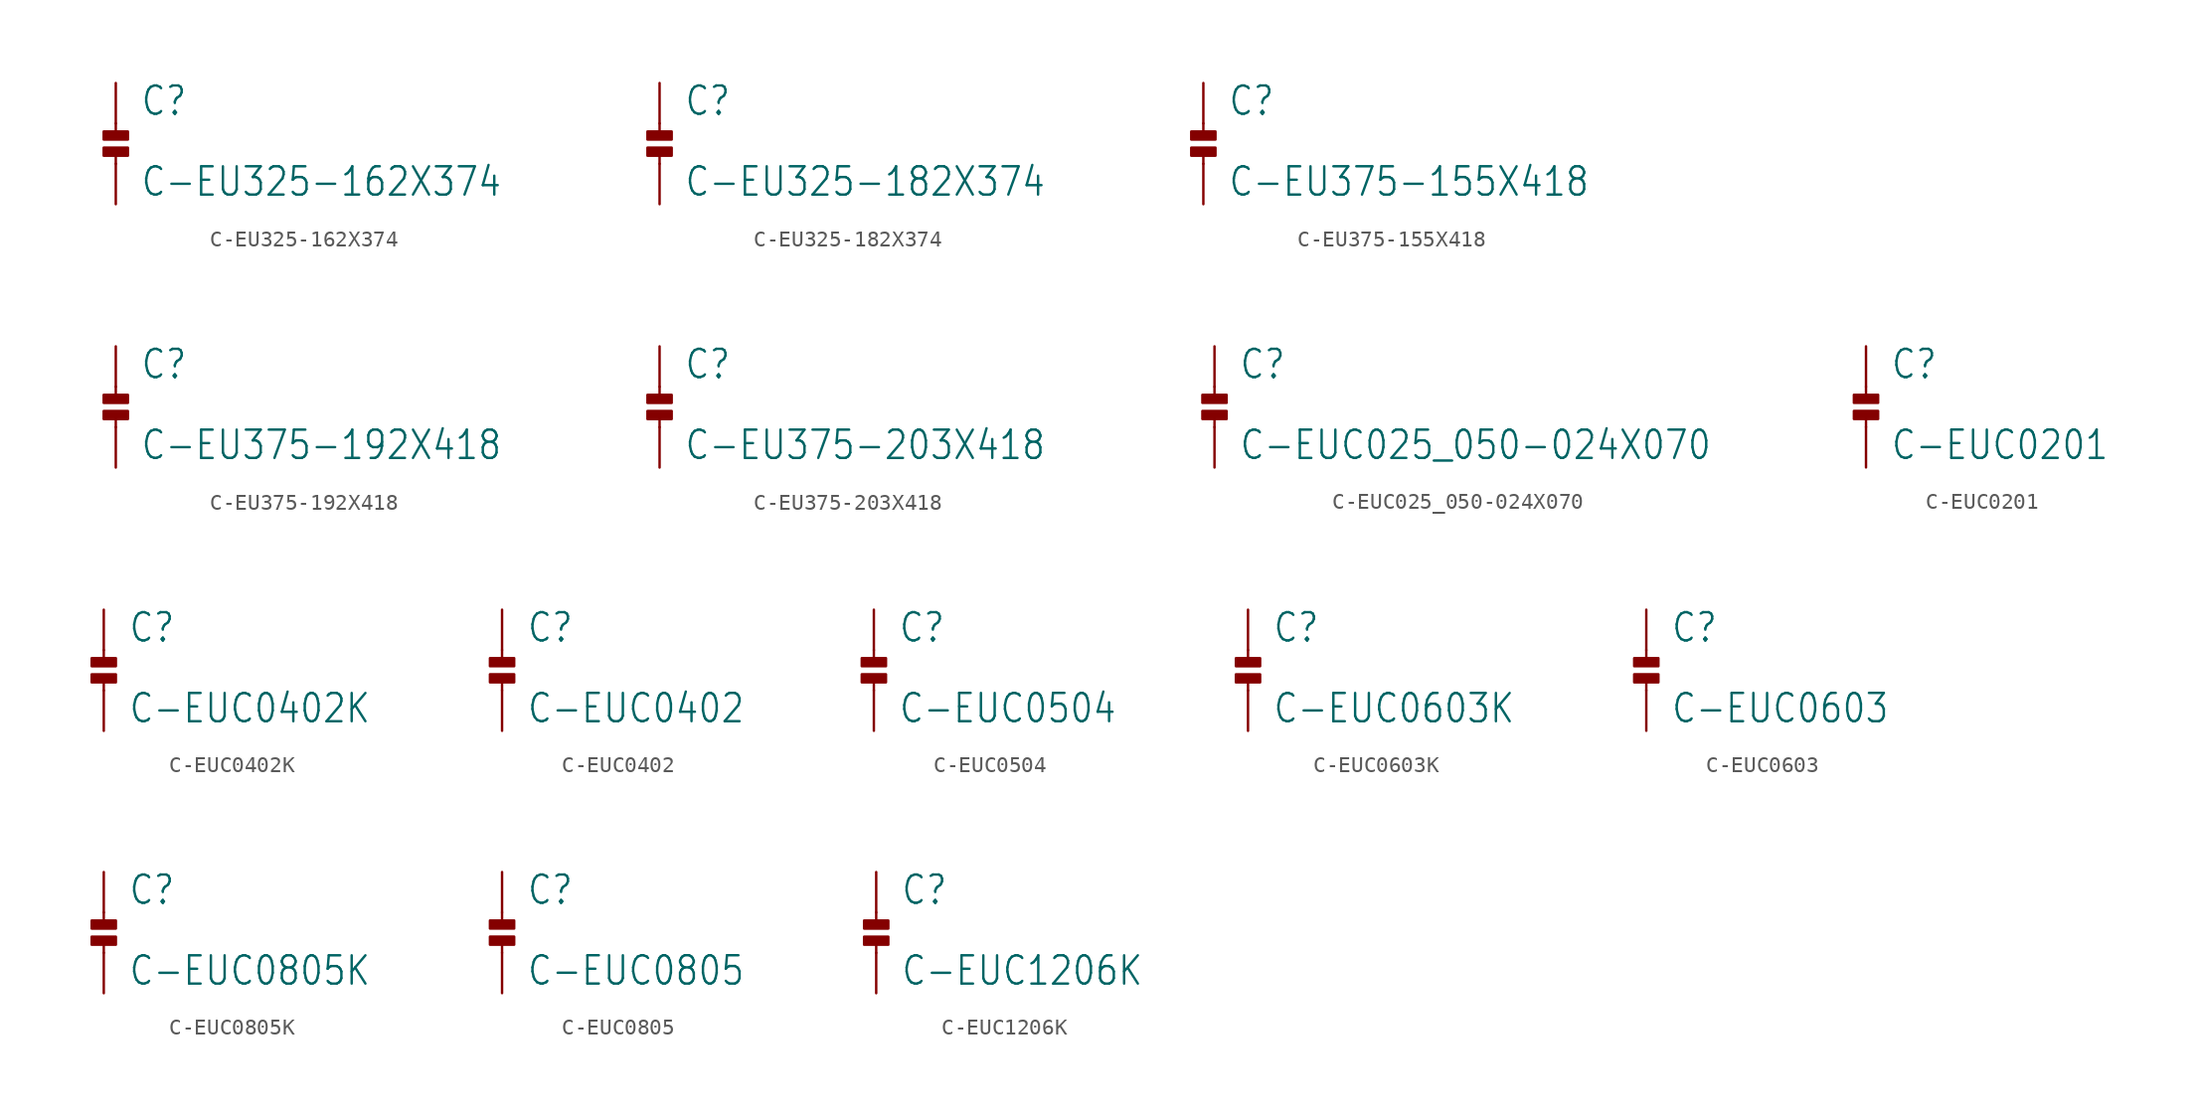
<source format=kicad_sym>
(kicad_symbol_lib
  (version 20211014)
  (generator kicad_symbol_editor)
  (symbol "C-EU325-162X374"
    (property "Reference" "C"
      (at 1.524 0.381 0)
      (effects (font (size 1.778 1.511)) (justify left bottom)))
    (property "Value" "C-EU325-162X374"
      (at 1.524 -4.699 0)
      (effects (font (size 1.778 1.511)) (justify left bottom)))
    (property "ki_locked" ""
      (at 0 0 0)
      (effects (font (size 1.27 1.27))))
    (symbol "C-EU325-162X374_1_0"
      (rectangle (start -0.762 -2.032) (end 0.762 -1.524) (stroke (width 0) (type default) (color 0 0 0 0)) (fill (type outline)))
      (rectangle (start -0.762 -1.016) (end 0.762 -0.508) (stroke (width 0) (type default) (color 0 0 0 0)) (fill (type outline)))
      (polyline (pts (xy 0 -2.54) (xy 0 -2.032)) (stroke (width 0.152) (type default) (color 0 0 0 0)) (fill (type none)))
      (polyline (pts (xy 0 0) (xy 0 -0.508)) (stroke (width 0.152) (type default) (color 0 0 0 0)) (fill (type none)))
      (pin passive line (at 0 2.54 270) (length 2.54) (name "1" (effects (font (size 0 0)))) (number "1" (effects (font (size 0 0)))))
      (pin passive line (at 0 -5.08 90) (length 2.54) (name "2" (effects (font (size 0 0)))) (number "2" (effects (font (size 0 0)))))))
  (symbol "C-EU325-182X374"
    (property "Reference" "C"
      (at 1.524 0.381 0)
      (effects (font (size 1.778 1.511)) (justify left bottom)))
    (property "Value" "C-EU325-182X374"
      (at 1.524 -4.699 0)
      (effects (font (size 1.778 1.511)) (justify left bottom)))
    (property "ki_locked" ""
      (at 0 0 0)
      (effects (font (size 1.27 1.27))))
    (symbol "C-EU325-182X374_1_0"
      (rectangle (start -0.762 -2.032) (end 0.762 -1.524) (stroke (width 0) (type default) (color 0 0 0 0)) (fill (type outline)))
      (rectangle (start -0.762 -1.016) (end 0.762 -0.508) (stroke (width 0) (type default) (color 0 0 0 0)) (fill (type outline)))
      (polyline (pts (xy 0 -2.54) (xy 0 -2.032)) (stroke (width 0.152) (type default) (color 0 0 0 0)) (fill (type none)))
      (polyline (pts (xy 0 0) (xy 0 -0.508)) (stroke (width 0.152) (type default) (color 0 0 0 0)) (fill (type none)))
      (pin passive line (at 0 2.54 270) (length 2.54) (name "1" (effects (font (size 0 0)))) (number "1" (effects (font (size 0 0)))))
      (pin passive line (at 0 -5.08 90) (length 2.54) (name "2" (effects (font (size 0 0)))) (number "2" (effects (font (size 0 0)))))))
  (symbol "C-EU375-155X418"
    (property "Reference" "C"
      (at 1.524 0.381 0)
      (effects (font (size 1.778 1.511)) (justify left bottom)))
    (property "Value" "C-EU375-155X418"
      (at 1.524 -4.699 0)
      (effects (font (size 1.778 1.511)) (justify left bottom)))
    (property "ki_locked" ""
      (at 0 0 0)
      (effects (font (size 1.27 1.27))))
    (symbol "C-EU375-155X418_1_0"
      (rectangle (start -0.762 -2.032) (end 0.762 -1.524) (stroke (width 0) (type default) (color 0 0 0 0)) (fill (type outline)))
      (rectangle (start -0.762 -1.016) (end 0.762 -0.508) (stroke (width 0) (type default) (color 0 0 0 0)) (fill (type outline)))
      (polyline (pts (xy 0 -2.54) (xy 0 -2.032)) (stroke (width 0.152) (type default) (color 0 0 0 0)) (fill (type none)))
      (polyline (pts (xy 0 0) (xy 0 -0.508)) (stroke (width 0.152) (type default) (color 0 0 0 0)) (fill (type none)))
      (pin passive line (at 0 2.54 270) (length 2.54) (name "1" (effects (font (size 0 0)))) (number "1" (effects (font (size 0 0)))))
      (pin passive line (at 0 -5.08 90) (length 2.54) (name "2" (effects (font (size 0 0)))) (number "2" (effects (font (size 0 0)))))))
  (symbol "C-EU375-192X418"
    (property "Reference" "C"
      (at 1.524 0.381 0)
      (effects (font (size 1.778 1.511)) (justify left bottom)))
    (property "Value" "C-EU375-192X418"
      (at 1.524 -4.699 0)
      (effects (font (size 1.778 1.511)) (justify left bottom)))
    (property "ki_locked" ""
      (at 0 0 0)
      (effects (font (size 1.27 1.27))))
    (symbol "C-EU375-192X418_1_0"
      (rectangle (start -0.762 -2.032) (end 0.762 -1.524) (stroke (width 0) (type default) (color 0 0 0 0)) (fill (type outline)))
      (rectangle (start -0.762 -1.016) (end 0.762 -0.508) (stroke (width 0) (type default) (color 0 0 0 0)) (fill (type outline)))
      (polyline (pts (xy 0 -2.54) (xy 0 -2.032)) (stroke (width 0.152) (type default) (color 0 0 0 0)) (fill (type none)))
      (polyline (pts (xy 0 0) (xy 0 -0.508)) (stroke (width 0.152) (type default) (color 0 0 0 0)) (fill (type none)))
      (pin passive line (at 0 2.54 270) (length 2.54) (name "1" (effects (font (size 0 0)))) (number "1" (effects (font (size 0 0)))))
      (pin passive line (at 0 -5.08 90) (length 2.54) (name "2" (effects (font (size 0 0)))) (number "2" (effects (font (size 0 0)))))))
  (symbol "C-EU375-203X418"
    (property "Reference" "C"
      (at 1.524 0.381 0)
      (effects (font (size 1.778 1.511)) (justify left bottom)))
    (property "Value" "C-EU375-203X418"
      (at 1.524 -4.699 0)
      (effects (font (size 1.778 1.511)) (justify left bottom)))
    (property "ki_locked" ""
      (at 0 0 0)
      (effects (font (size 1.27 1.27))))
    (symbol "C-EU375-203X418_1_0"
      (rectangle (start -0.762 -2.032) (end 0.762 -1.524) (stroke (width 0) (type default) (color 0 0 0 0)) (fill (type outline)))
      (rectangle (start -0.762 -1.016) (end 0.762 -0.508) (stroke (width 0) (type default) (color 0 0 0 0)) (fill (type outline)))
      (polyline (pts (xy 0 -2.54) (xy 0 -2.032)) (stroke (width 0.152) (type default) (color 0 0 0 0)) (fill (type none)))
      (polyline (pts (xy 0 0) (xy 0 -0.508)) (stroke (width 0.152) (type default) (color 0 0 0 0)) (fill (type none)))
      (pin passive line (at 0 2.54 270) (length 2.54) (name "1" (effects (font (size 0 0)))) (number "1" (effects (font (size 0 0)))))
      (pin passive line (at 0 -5.08 90) (length 2.54) (name "2" (effects (font (size 0 0)))) (number "2" (effects (font (size 0 0)))))))
  (symbol "C-EUC025_050-024X070"
    (property "Reference" "C"
      (at 1.524 0.381 0)
      (effects (font (size 1.778 1.511)) (justify left bottom)))
    (property "Value" "C-EUC025_050-024X070"
      (at 1.524 -4.699 0)
      (effects (font (size 1.778 1.511)) (justify left bottom)))
    (property "ki_locked" ""
      (at 0 0 0)
      (effects (font (size 1.27 1.27))))
    (symbol "C-EUC025_050-024X070_1_0"
      (rectangle (start -0.762 -2.032) (end 0.762 -1.524) (stroke (width 0) (type default) (color 0 0 0 0)) (fill (type outline)))
      (rectangle (start -0.762 -1.016) (end 0.762 -0.508) (stroke (width 0) (type default) (color 0 0 0 0)) (fill (type outline)))
      (polyline (pts (xy 0 -2.54) (xy 0 -2.032)) (stroke (width 0.152) (type default) (color 0 0 0 0)) (fill (type none)))
      (polyline (pts (xy 0 0) (xy 0 -0.508)) (stroke (width 0.152) (type default) (color 0 0 0 0)) (fill (type none)))
      (pin passive line (at 0 2.54 270) (length 2.54) (name "1" (effects (font (size 0 0)))) (number "1" (effects (font (size 0 0)))))
      (pin passive line (at 0 -5.08 90) (length 2.54) (name "2" (effects (font (size 0 0)))) (number "2" (effects (font (size 0 0)))))))
  (symbol "C-EUC0201"
    (property "Reference" "C"
      (at 1.524 0.381 0)
      (effects (font (size 1.778 1.511)) (justify left bottom)))
    (property "Value" "C-EUC0201"
      (at 1.524 -4.699 0)
      (effects (font (size 1.778 1.511)) (justify left bottom)))
    (property "ki_locked" ""
      (at 0 0 0)
      (effects (font (size 1.27 1.27))))
    (symbol "C-EUC0201_1_0"
      (rectangle (start -0.762 -2.032) (end 0.762 -1.524) (stroke (width 0) (type default) (color 0 0 0 0)) (fill (type outline)))
      (rectangle (start -0.762 -1.016) (end 0.762 -0.508) (stroke (width 0) (type default) (color 0 0 0 0)) (fill (type outline)))
      (polyline (pts (xy 0 -2.54) (xy 0 -2.032)) (stroke (width 0.152) (type default) (color 0 0 0 0)) (fill (type none)))
      (polyline (pts (xy 0 0) (xy 0 -0.508)) (stroke (width 0.152) (type default) (color 0 0 0 0)) (fill (type none)))
      (pin passive line (at 0 2.54 270) (length 2.54) (name "1" (effects (font (size 0 0)))) (number "1" (effects (font (size 0 0)))))
      (pin passive line (at 0 -5.08 90) (length 2.54) (name "2" (effects (font (size 0 0)))) (number "2" (effects (font (size 0 0)))))))
  (symbol "C-EUC0402K"
    (property "Reference" "C"
      (at 1.524 0.381 0)
      (effects (font (size 1.778 1.511)) (justify left bottom)))
    (property "Value" "C-EUC0402K"
      (at 1.524 -4.699 0)
      (effects (font (size 1.778 1.511)) (justify left bottom)))
    (property "ki_locked" ""
      (at 0 0 0)
      (effects (font (size 1.27 1.27))))
    (symbol "C-EUC0402K_1_0"
      (rectangle (start -0.762 -2.032) (end 0.762 -1.524) (stroke (width 0) (type default) (color 0 0 0 0)) (fill (type outline)))
      (rectangle (start -0.762 -1.016) (end 0.762 -0.508) (stroke (width 0) (type default) (color 0 0 0 0)) (fill (type outline)))
      (polyline (pts (xy 0 -2.54) (xy 0 -2.032)) (stroke (width 0.152) (type default) (color 0 0 0 0)) (fill (type none)))
      (polyline (pts (xy 0 0) (xy 0 -0.508)) (stroke (width 0.152) (type default) (color 0 0 0 0)) (fill (type none)))
      (pin passive line (at 0 2.54 270) (length 2.54) (name "1" (effects (font (size 0 0)))) (number "1" (effects (font (size 0 0)))))
      (pin passive line (at 0 -5.08 90) (length 2.54) (name "2" (effects (font (size 0 0)))) (number "2" (effects (font (size 0 0)))))))
  (symbol "C-EUC0402"
    (property "Reference" "C"
      (at 1.524 0.381 0)
      (effects (font (size 1.778 1.511)) (justify left bottom)))
    (property "Value" "C-EUC0402"
      (at 1.524 -4.699 0)
      (effects (font (size 1.778 1.511)) (justify left bottom)))
    (property "ki_locked" ""
      (at 0 0 0)
      (effects (font (size 1.27 1.27))))
    (symbol "C-EUC0402_1_0"
      (rectangle (start -0.762 -2.032) (end 0.762 -1.524) (stroke (width 0) (type default) (color 0 0 0 0)) (fill (type outline)))
      (rectangle (start -0.762 -1.016) (end 0.762 -0.508) (stroke (width 0) (type default) (color 0 0 0 0)) (fill (type outline)))
      (polyline (pts (xy 0 -2.54) (xy 0 -2.032)) (stroke (width 0.152) (type default) (color 0 0 0 0)) (fill (type none)))
      (polyline (pts (xy 0 0) (xy 0 -0.508)) (stroke (width 0.152) (type default) (color 0 0 0 0)) (fill (type none)))
      (pin passive line (at 0 2.54 270) (length 2.54) (name "1" (effects (font (size 0 0)))) (number "1" (effects (font (size 0 0)))))
      (pin passive line (at 0 -5.08 90) (length 2.54) (name "2" (effects (font (size 0 0)))) (number "2" (effects (font (size 0 0)))))))
  (symbol "C-EUC0504"
    (property "Reference" "C"
      (at 1.524 0.381 0)
      (effects (font (size 1.778 1.511)) (justify left bottom)))
    (property "Value" "C-EUC0504"
      (at 1.524 -4.699 0)
      (effects (font (size 1.778 1.511)) (justify left bottom)))
    (property "ki_locked" ""
      (at 0 0 0)
      (effects (font (size 1.27 1.27))))
    (symbol "C-EUC0504_1_0"
      (rectangle (start -0.762 -2.032) (end 0.762 -1.524) (stroke (width 0) (type default) (color 0 0 0 0)) (fill (type outline)))
      (rectangle (start -0.762 -1.016) (end 0.762 -0.508) (stroke (width 0) (type default) (color 0 0 0 0)) (fill (type outline)))
      (polyline (pts (xy 0 -2.54) (xy 0 -2.032)) (stroke (width 0.152) (type default) (color 0 0 0 0)) (fill (type none)))
      (polyline (pts (xy 0 0) (xy 0 -0.508)) (stroke (width 0.152) (type default) (color 0 0 0 0)) (fill (type none)))
      (pin passive line (at 0 2.54 270) (length 2.54) (name "1" (effects (font (size 0 0)))) (number "1" (effects (font (size 0 0)))))
      (pin passive line (at 0 -5.08 90) (length 2.54) (name "2" (effects (font (size 0 0)))) (number "2" (effects (font (size 0 0)))))))
  (symbol "C-EUC0603K"
    (property "Reference" "C"
      (at 1.524 0.381 0)
      (effects (font (size 1.778 1.511)) (justify left bottom)))
    (property "Value" "C-EUC0603K"
      (at 1.524 -4.699 0)
      (effects (font (size 1.778 1.511)) (justify left bottom)))
    (property "ki_locked" ""
      (at 0 0 0)
      (effects (font (size 1.27 1.27))))
    (symbol "C-EUC0603K_1_0"
      (rectangle (start -0.762 -2.032) (end 0.762 -1.524) (stroke (width 0) (type default) (color 0 0 0 0)) (fill (type outline)))
      (rectangle (start -0.762 -1.016) (end 0.762 -0.508) (stroke (width 0) (type default) (color 0 0 0 0)) (fill (type outline)))
      (polyline (pts (xy 0 -2.54) (xy 0 -2.032)) (stroke (width 0.152) (type default) (color 0 0 0 0)) (fill (type none)))
      (polyline (pts (xy 0 0) (xy 0 -0.508)) (stroke (width 0.152) (type default) (color 0 0 0 0)) (fill (type none)))
      (pin passive line (at 0 2.54 270) (length 2.54) (name "1" (effects (font (size 0 0)))) (number "1" (effects (font (size 0 0)))))
      (pin passive line (at 0 -5.08 90) (length 2.54) (name "2" (effects (font (size 0 0)))) (number "2" (effects (font (size 0 0)))))))
  (symbol "C-EUC0603"
    (property "Reference" "C"
      (at 1.524 0.381 0)
      (effects (font (size 1.778 1.511)) (justify left bottom)))
    (property "Value" "C-EUC0603"
      (at 1.524 -4.699 0)
      (effects (font (size 1.778 1.511)) (justify left bottom)))
    (property "ki_locked" ""
      (at 0 0 0)
      (effects (font (size 1.27 1.27))))
    (symbol "C-EUC0603_1_0"
      (rectangle (start -0.762 -2.032) (end 0.762 -1.524) (stroke (width 0) (type default) (color 0 0 0 0)) (fill (type outline)))
      (rectangle (start -0.762 -1.016) (end 0.762 -0.508) (stroke (width 0) (type default) (color 0 0 0 0)) (fill (type outline)))
      (polyline (pts (xy 0 -2.54) (xy 0 -2.032)) (stroke (width 0.152) (type default) (color 0 0 0 0)) (fill (type none)))
      (polyline (pts (xy 0 0) (xy 0 -0.508)) (stroke (width 0.152) (type default) (color 0 0 0 0)) (fill (type none)))
      (pin passive line (at 0 2.54 270) (length 2.54) (name "1" (effects (font (size 0 0)))) (number "1" (effects (font (size 0 0)))))
      (pin passive line (at 0 -5.08 90) (length 2.54) (name "2" (effects (font (size 0 0)))) (number "2" (effects (font (size 0 0)))))))
  (symbol "C-EUC0805K"
    (property "Reference" "C"
      (at 1.524 0.381 0)
      (effects (font (size 1.778 1.511)) (justify left bottom)))
    (property "Value" "C-EUC0805K"
      (at 1.524 -4.699 0)
      (effects (font (size 1.778 1.511)) (justify left bottom)))
    (property "ki_locked" ""
      (at 0 0 0)
      (effects (font (size 1.27 1.27))))
    (symbol "C-EUC0805K_1_0"
      (rectangle (start -0.762 -2.032) (end 0.762 -1.524) (stroke (width 0) (type default) (color 0 0 0 0)) (fill (type outline)))
      (rectangle (start -0.762 -1.016) (end 0.762 -0.508) (stroke (width 0) (type default) (color 0 0 0 0)) (fill (type outline)))
      (polyline (pts (xy 0 -2.54) (xy 0 -2.032)) (stroke (width 0.152) (type default) (color 0 0 0 0)) (fill (type none)))
      (polyline (pts (xy 0 0) (xy 0 -0.508)) (stroke (width 0.152) (type default) (color 0 0 0 0)) (fill (type none)))
      (pin passive line (at 0 2.54 270) (length 2.54) (name "1" (effects (font (size 0 0)))) (number "1" (effects (font (size 0 0)))))
      (pin passive line (at 0 -5.08 90) (length 2.54) (name "2" (effects (font (size 0 0)))) (number "2" (effects (font (size 0 0)))))))
  (symbol "C-EUC0805"
    (property "Reference" "C"
      (at 1.524 0.381 0)
      (effects (font (size 1.778 1.511)) (justify left bottom)))
    (property "Value" "C-EUC0805"
      (at 1.524 -4.699 0)
      (effects (font (size 1.778 1.511)) (justify left bottom)))
    (property "ki_locked" ""
      (at 0 0 0)
      (effects (font (size 1.27 1.27))))
    (symbol "C-EUC0805_1_0"
      (rectangle (start -0.762 -2.032) (end 0.762 -1.524) (stroke (width 0) (type default) (color 0 0 0 0)) (fill (type outline)))
      (rectangle (start -0.762 -1.016) (end 0.762 -0.508) (stroke (width 0) (type default) (color 0 0 0 0)) (fill (type outline)))
      (polyline (pts (xy 0 -2.54) (xy 0 -2.032)) (stroke (width 0.152) (type default) (color 0 0 0 0)) (fill (type none)))
      (polyline (pts (xy 0 0) (xy 0 -0.508)) (stroke (width 0.152) (type default) (color 0 0 0 0)) (fill (type none)))
      (pin passive line (at 0 2.54 270) (length 2.54) (name "1" (effects (font (size 0 0)))) (number "1" (effects (font (size 0 0)))))
      (pin passive line (at 0 -5.08 90) (length 2.54) (name "2" (effects (font (size 0 0)))) (number "2" (effects (font (size 0 0)))))))
  (symbol "C-EUC1206K"
    (property "Reference" "C"
      (at 1.524 0.381 0)
      (effects (font (size 1.778 1.511)) (justify left bottom)))
    (property "Value" "C-EUC1206K"
      (at 1.524 -4.699 0)
      (effects (font (size 1.778 1.511)) (justify left bottom)))
    (property "ki_locked" ""
      (at 0 0 0)
      (effects (font (size 1.27 1.27))))
    (symbol "C-EUC1206K_1_0"
      (rectangle (start -0.762 -2.032) (end 0.762 -1.524) (stroke (width 0) (type default) (color 0 0 0 0)) (fill (type outline)))
      (rectangle (start -0.762 -1.016) (end 0.762 -0.508) (stroke (width 0) (type default) (color 0 0 0 0)) (fill (type outline)))
      (polyline (pts (xy 0 -2.54) (xy 0 -2.032)) (stroke (width 0.152) (type default) (color 0 0 0 0)) (fill (type none)))
      (polyline (pts (xy 0 0) (xy 0 -0.508)) (stroke (width 0.152) (type default) (color 0 0 0 0)) (fill (type none)))
      (pin passive line (at 0 2.54 270) (length 2.54) (name "1" (effects (font (size 0 0)))) (number "1" (effects (font (size 0 0)))))
      (pin passive line (at 0 -5.08 90) (length 2.54) (name "2" (effects (font (size 0 0)))) (number "2" (effects (font (size 0 0))))))))
</source>
